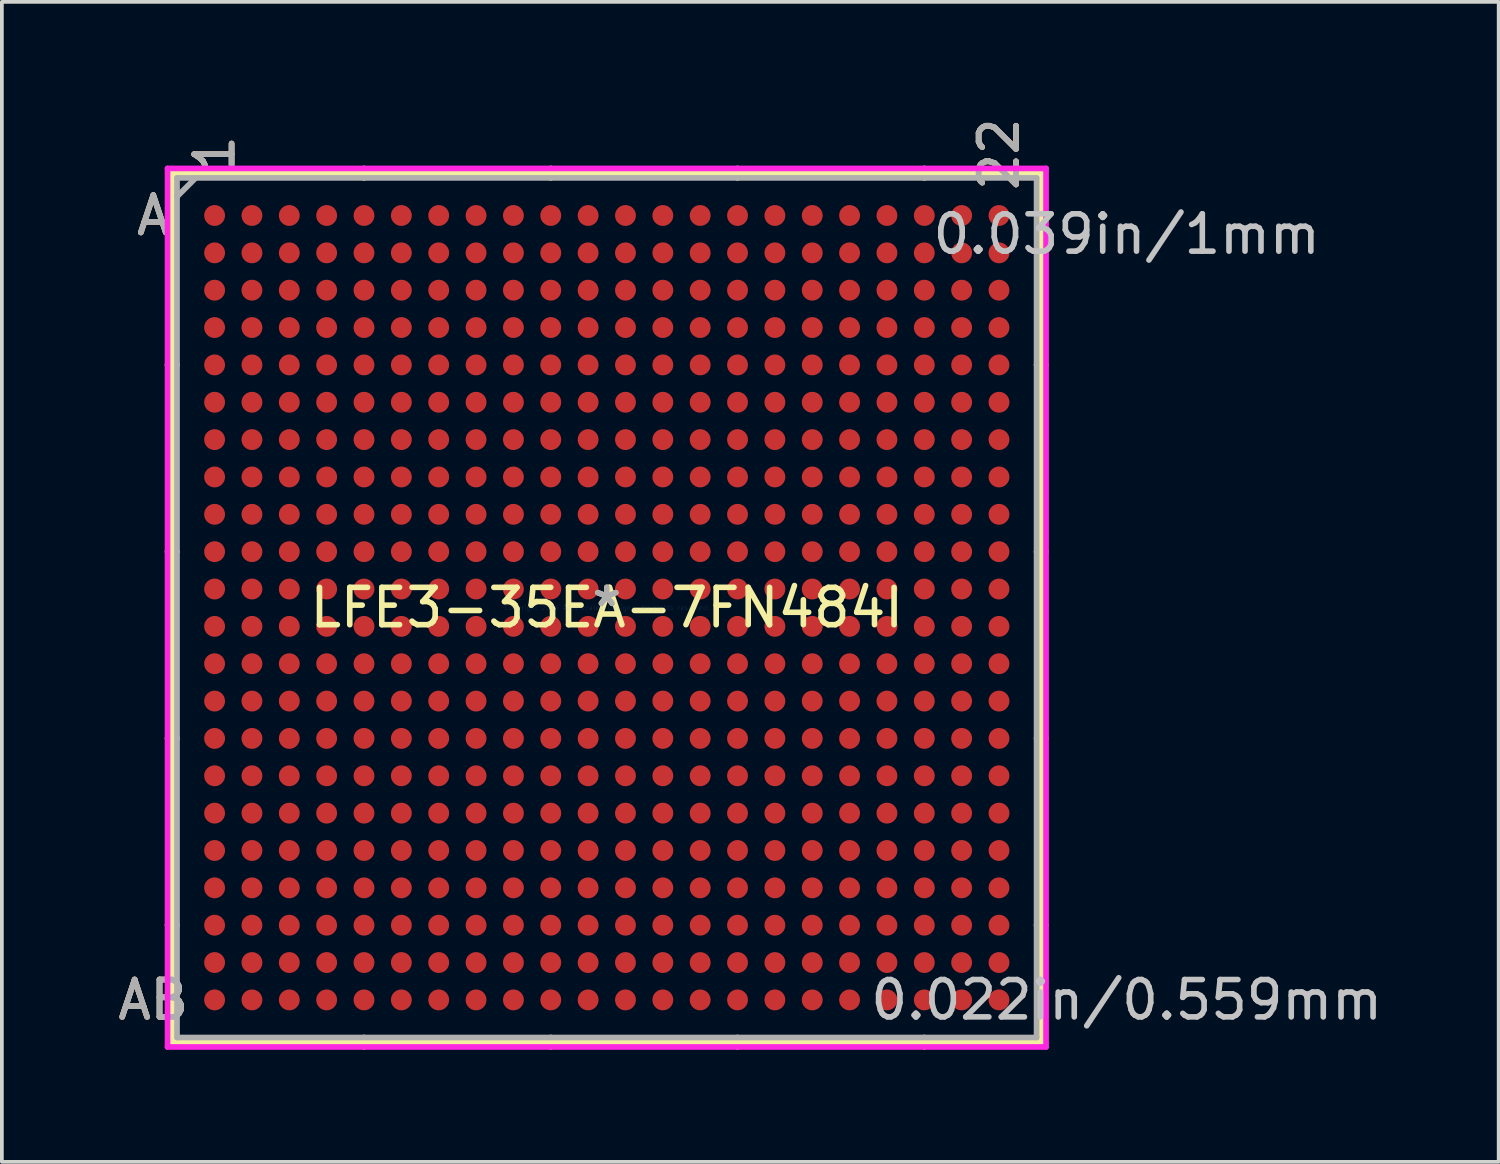
<source format=kicad_pcb>
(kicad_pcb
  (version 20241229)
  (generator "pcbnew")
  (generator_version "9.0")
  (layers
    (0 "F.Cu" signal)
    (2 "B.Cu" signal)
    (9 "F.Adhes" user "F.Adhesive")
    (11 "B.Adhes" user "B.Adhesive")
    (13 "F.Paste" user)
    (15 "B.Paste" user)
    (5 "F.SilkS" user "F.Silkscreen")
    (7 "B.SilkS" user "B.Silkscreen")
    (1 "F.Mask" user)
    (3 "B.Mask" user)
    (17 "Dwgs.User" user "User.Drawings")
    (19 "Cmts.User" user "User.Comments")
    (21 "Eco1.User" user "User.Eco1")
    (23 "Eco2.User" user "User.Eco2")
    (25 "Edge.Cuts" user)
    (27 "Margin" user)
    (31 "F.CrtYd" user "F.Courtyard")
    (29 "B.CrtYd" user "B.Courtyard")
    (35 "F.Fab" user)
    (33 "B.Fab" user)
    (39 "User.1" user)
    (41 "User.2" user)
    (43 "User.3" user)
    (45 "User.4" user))
  (footprint "LFE3-35EA-7FN484I"
    (layer "F.Cu")
    (at 13.195 13.219)
    (property "Reference" "LFE3-35EA-7FN484I" (at 0 0 0) (layer "F.SilkS") (effects (font (size 1 1) (thickness 0.15))))
    (attr through_hole)
    (fp_line (start -11.633 -11.633) (end -11.633 11.633) (stroke (width 0.152) (type solid)) (layer "F.SilkS"))
    (fp_line (start -11.633 11.633) (end 11.633 11.633) (stroke (width 0.152) (type solid)) (layer "F.SilkS"))
    (fp_line (start -11.506 -6.5) (end -11.76 -6.5) (stroke (width 0.152) (type solid)) (layer "F.SilkS"))
    (fp_line (start -11.506 -1.5) (end -11.76 -1.5) (stroke (width 0.152) (type solid)) (layer "F.SilkS"))
    (fp_line (start -11.506 3.5) (end -11.76 3.5) (stroke (width 0.152) (type solid)) (layer "F.SilkS"))
    (fp_line (start -11.506 8.5) (end -11.76 8.5) (stroke (width 0.152) (type solid)) (layer "F.SilkS"))
    (fp_line (start -6.5 -11.506) (end -6.5 -11.76) (stroke (width 0.152) (type solid)) (layer "F.SilkS"))
    (fp_line (start -6.5 11.506) (end -6.5 11.76) (stroke (width 0.152) (type solid)) (layer "F.SilkS"))
    (fp_line (start -1.5 -11.506) (end -1.5 -11.76) (stroke (width 0.152) (type solid)) (layer "F.SilkS"))
    (fp_line (start -1.5 11.506) (end -1.5 11.76) (stroke (width 0.152) (type solid)) (layer "F.SilkS"))
    (fp_line (start 3.5 -11.506) (end 3.5 -11.76) (stroke (width 0.152) (type solid)) (layer "F.SilkS"))
    (fp_line (start 3.5 11.506) (end 3.5 11.76) (stroke (width 0.152) (type solid)) (layer "F.SilkS"))
    (fp_line (start 8.5 -11.506) (end 8.5 -11.76) (stroke (width 0.152) (type solid)) (layer "F.SilkS"))
    (fp_line (start 8.5 11.506) (end 8.5 11.76) (stroke (width 0.152) (type solid)) (layer "F.SilkS"))
    (fp_line (start 11.506 -6.5) (end 11.76 -6.5) (stroke (width 0.152) (type solid)) (layer "F.SilkS"))
    (fp_line (start 11.506 -1.5) (end 11.76 -1.5) (stroke (width 0.152) (type solid)) (layer "F.SilkS"))
    (fp_line (start 11.506 3.5) (end 11.76 3.5) (stroke (width 0.152) (type solid)) (layer "F.SilkS"))
    (fp_line (start 11.506 8.5) (end 11.76 8.5) (stroke (width 0.152) (type solid)) (layer "F.SilkS"))
    (fp_line (start 11.633 -11.633) (end -11.633 -11.633) (stroke (width 0.152) (type solid)) (layer "F.SilkS"))
    (fp_line (start 11.633 11.633) (end 11.633 -11.633) (stroke (width 0.152) (type solid)) (layer "F.SilkS"))
    (fp_line (start -11.76 -11.76) (end 11.76 -11.76) (stroke (width 0.152) (type solid)) (layer "F.CrtYd"))
    (fp_line (start -11.76 11.76) (end -11.76 -11.76) (stroke (width 0.152) (type solid)) (layer "F.CrtYd"))
    (fp_line (start 11.76 -11.76) (end 11.76 11.76) (stroke (width 0.152) (type solid)) (layer "F.CrtYd"))
    (fp_line (start 11.76 11.76) (end -11.76 11.76) (stroke (width 0.152) (type solid)) (layer "F.CrtYd"))
    (fp_line (start -11.506 -11.506) (end -11.506 11.506) (stroke (width 0.152) (type solid)) (layer "F.Fab"))
    (fp_line (start -11.506 11.506) (end 11.506 11.506) (stroke (width 0.152) (type solid)) (layer "F.Fab"))
    (fp_line (start -11.006 -11.506) (end -11.506 -11.006) (stroke (width 0.152) (type solid)) (layer "F.Fab"))
    (fp_line (start 11.506 -11.506) (end -11.506 -11.506) (stroke (width 0.152) (type solid)) (layer "F.Fab"))
    (fp_line (start 11.506 11.506) (end 11.506 -11.506) (stroke (width 0.152) (type solid)) (layer "F.Fab"))
    (fp_text user "1" (at -10.5 -12.141 90) (layer "F.SilkS") (effects (font (size 1 1) (thickness 0.15))))
    (fp_text user "*" (at 0 0 0) (layer "F.SilkS") (effects (font (size 1 1) (thickness 0.15))))
    (fp_text user "22" (at 10.5 -12.141 90) (layer "F.SilkS") (effects (font (size 1 1) (thickness 0.15))))
    (fp_text user "A" (at -12.141 -10.5 0) (layer "F.SilkS") (effects (font (size 1 1) (thickness 0.15))))
    (fp_text user "AB" (at -12.141 10.5 0) (layer "F.SilkS") (effects (font (size 1 1) (thickness 0.15))))
    (fp_text user "A" (at -12.141 -10.5 0) (layer "B.SilkS") (effects (font (size 1 1) (thickness 0.15))))
    (fp_text user "22" (at 10.5 -12.141 90) (layer "B.SilkS") (effects (font (size 1 1) (thickness 0.15))))
    (fp_text user "AB" (at -12.141 10.5 0) (layer "B.SilkS") (effects (font (size 1 1) (thickness 0.15))))
    (fp_text user "1" (at -10.5 -12.141 90) (layer "B.SilkS") (effects (font (size 1 1) (thickness 0.15))))
    (fp_text user "0.039in/1mm" (at 13.919 -10 0) (layer "Dwgs.User") (effects (font (size 1 1) (thickness 0.15))))
    (fp_text user "0.022in/0.559mm" (at 13.919 10.5 0) (layer "Dwgs.User") (effects (font (size 1 1) (thickness 0.15))))
    (fp_text user "Copyright 2016 Accelerated Designs. All rights reserved." (at 0 0 0) (layer "Cmts.User") (effects (font (size 0.127 0.127) (thickness 0.002))))
    (fp_text user "*" (at 0 0 0) (layer "F.Fab") (effects (font (size 1 1) (thickness 0.15))))
    (fp_text user "1" (at -10.5 -12.141 90) (layer "F.Fab") (effects (font (size 1 1) (thickness 0.15))))
    (fp_text user "22" (at 10.5 -12.141 90) (layer "F.Fab") (effects (font (size 1 1) (thickness 0.15))))
    (fp_text user "A" (at -12.141 -10.5 0) (layer "F.Fab") (effects (font (size 1 1) (thickness 0.15))))
    (fp_text user "AB" (at -12.141 10.5 0) (layer "F.Fab") (effects (font (size 1 1) (thickness 0.15))))
    (pad "A1" smd circle (at -10.5 -10.5) (size 0.559 0.559) (layers "F.Cu" "F.Mask" "F.Paste"))
    (pad "A2" smd circle (at -9.5 -10.5) (size 0.559 0.559) (layers "F.Cu" "F.Mask" "F.Paste"))
    (pad "A3" smd circle (at -8.5 -10.5) (size 0.559 0.559) (layers "F.Cu" "F.Mask" "F.Paste"))
    (pad "A4" smd circle (at -7.5 -10.5) (size 0.559 0.559) (layers "F.Cu" "F.Mask" "F.Paste"))
    (pad "A5" smd circle (at -6.5 -10.5) (size 0.559 0.559) (layers "F.Cu" "F.Mask" "F.Paste"))
    (pad "A6" smd circle (at -5.5 -10.5) (size 0.559 0.559) (layers "F.Cu" "F.Mask" "F.Paste"))
    (pad "A7" smd circle (at -4.5 -10.5) (size 0.559 0.559) (layers "F.Cu" "F.Mask" "F.Paste"))
    (pad "A8" smd circle (at -3.5 -10.5) (size 0.559 0.559) (layers "F.Cu" "F.Mask" "F.Paste"))
    (pad "A9" smd circle (at -2.5 -10.5) (size 0.559 0.559) (layers "F.Cu" "F.Mask" "F.Paste"))
    (pad "A10" smd circle (at -1.5 -10.5) (size 0.559 0.559) (layers "F.Cu" "F.Mask" "F.Paste"))
    (pad "A11" smd circle (at -0.5 -10.5) (size 0.559 0.559) (layers "F.Cu" "F.Mask" "F.Paste"))
    (pad "A12" smd circle (at 0.5 -10.5) (size 0.559 0.559) (layers "F.Cu" "F.Mask" "F.Paste"))
    (pad "A13" smd circle (at 1.5 -10.5) (size 0.559 0.559) (layers "F.Cu" "F.Mask" "F.Paste"))
    (pad "A14" smd circle (at 2.5 -10.5) (size 0.559 0.559) (layers "F.Cu" "F.Mask" "F.Paste"))
    (pad "A15" smd circle (at 3.5 -10.5) (size 0.559 0.559) (layers "F.Cu" "F.Mask" "F.Paste"))
    (pad "A16" smd circle (at 4.5 -10.5) (size 0.559 0.559) (layers "F.Cu" "F.Mask" "F.Paste"))
    (pad "A17" smd circle (at 5.5 -10.5) (size 0.559 0.559) (layers "F.Cu" "F.Mask" "F.Paste"))
    (pad "A18" smd circle (at 6.5 -10.5) (size 0.559 0.559) (layers "F.Cu" "F.Mask" "F.Paste"))
    (pad "A19" smd circle (at 7.5 -10.5) (size 0.559 0.559) (layers "F.Cu" "F.Mask" "F.Paste"))
    (pad "A20" smd circle (at 8.5 -10.5) (size 0.559 0.559) (layers "F.Cu" "F.Mask" "F.Paste"))
    (pad "A21" smd circle (at 9.5 -10.5) (size 0.559 0.559) (layers "F.Cu" "F.Mask" "F.Paste"))
    (pad "A22" smd circle (at 10.5 -10.5) (size 0.559 0.559) (layers "F.Cu" "F.Mask" "F.Paste"))
    (pad "AA1" smd circle (at -10.5 9.5) (size 0.559 0.559) (layers "F.Cu" "F.Mask" "F.Paste"))
    (pad "AA2" smd circle (at -9.5 9.5) (size 0.559 0.559) (layers "F.Cu" "F.Mask" "F.Paste"))
    (pad "AA3" smd circle (at -8.5 9.5) (size 0.559 0.559) (layers "F.Cu" "F.Mask" "F.Paste"))
    (pad "AA4" smd circle (at -7.5 9.5) (size 0.559 0.559) (layers "F.Cu" "F.Mask" "F.Paste"))
    (pad "AA5" smd circle (at -6.5 9.5) (size 0.559 0.559) (layers "F.Cu" "F.Mask" "F.Paste"))
    (pad "AA6" smd circle (at -5.5 9.5) (size 0.559 0.559) (layers "F.Cu" "F.Mask" "F.Paste"))
    (pad "AA7" smd circle (at -4.5 9.5) (size 0.559 0.559) (layers "F.Cu" "F.Mask" "F.Paste"))
    (pad "AA8" smd circle (at -3.5 9.5) (size 0.559 0.559) (layers "F.Cu" "F.Mask" "F.Paste"))
    (pad "AA9" smd circle (at -2.5 9.5) (size 0.559 0.559) (layers "F.Cu" "F.Mask" "F.Paste"))
    (pad "AA10" smd circle (at -1.5 9.5) (size 0.559 0.559) (layers "F.Cu" "F.Mask" "F.Paste"))
    (pad "AA11" smd circle (at -0.5 9.5) (size 0.559 0.559) (layers "F.Cu" "F.Mask" "F.Paste"))
    (pad "AA12" smd circle (at 0.5 9.5) (size 0.559 0.559) (layers "F.Cu" "F.Mask" "F.Paste"))
    (pad "AA13" smd circle (at 1.5 9.5) (size 0.559 0.559) (layers "F.Cu" "F.Mask" "F.Paste"))
    (pad "AA14" smd circle (at 2.5 9.5) (size 0.559 0.559) (layers "F.Cu" "F.Mask" "F.Paste"))
    (pad "AA15" smd circle (at 3.5 9.5) (size 0.559 0.559) (layers "F.Cu" "F.Mask" "F.Paste"))
    (pad "AA16" smd circle (at 4.5 9.5) (size 0.559 0.559) (layers "F.Cu" "F.Mask" "F.Paste"))
    (pad "AA17" smd circle (at 5.5 9.5) (size 0.559 0.559) (layers "F.Cu" "F.Mask" "F.Paste"))
    (pad "AA18" smd circle (at 6.5 9.5) (size 0.559 0.559) (layers "F.Cu" "F.Mask" "F.Paste"))
    (pad "AA19" smd circle (at 7.5 9.5) (size 0.559 0.559) (layers "F.Cu" "F.Mask" "F.Paste"))
    (pad "AA20" smd circle (at 8.5 9.5) (size 0.559 0.559) (layers "F.Cu" "F.Mask" "F.Paste"))
    (pad "AA21" smd circle (at 9.5 9.5) (size 0.559 0.559) (layers "F.Cu" "F.Mask" "F.Paste"))
    (pad "AA22" smd circle (at 10.5 9.5) (size 0.559 0.559) (layers "F.Cu" "F.Mask" "F.Paste"))
    (pad "AB1" smd circle (at -10.5 10.5) (size 0.559 0.559) (layers "F.Cu" "F.Mask" "F.Paste"))
    (pad "AB2" smd circle (at -9.5 10.5) (size 0.559 0.559) (layers "F.Cu" "F.Mask" "F.Paste"))
    (pad "AB3" smd circle (at -8.5 10.5) (size 0.559 0.559) (layers "F.Cu" "F.Mask" "F.Paste"))
    (pad "AB4" smd circle (at -7.5 10.5) (size 0.559 0.559) (layers "F.Cu" "F.Mask" "F.Paste"))
    (pad "AB5" smd circle (at -6.5 10.5) (size 0.559 0.559) (layers "F.Cu" "F.Mask" "F.Paste"))
    (pad "AB6" smd circle (at -5.5 10.5) (size 0.559 0.559) (layers "F.Cu" "F.Mask" "F.Paste"))
    (pad "AB7" smd circle (at -4.5 10.5) (size 0.559 0.559) (layers "F.Cu" "F.Mask" "F.Paste"))
    (pad "AB8" smd circle (at -3.5 10.5) (size 0.559 0.559) (layers "F.Cu" "F.Mask" "F.Paste"))
    (pad "AB9" smd circle (at -2.5 10.5) (size 0.559 0.559) (layers "F.Cu" "F.Mask" "F.Paste"))
    (pad "AB10" smd circle (at -1.5 10.5) (size 0.559 0.559) (layers "F.Cu" "F.Mask" "F.Paste"))
    (pad "AB11" smd circle (at -0.5 10.5) (size 0.559 0.559) (layers "F.Cu" "F.Mask" "F.Paste"))
    (pad "AB12" smd circle (at 0.5 10.5) (size 0.559 0.559) (layers "F.Cu" "F.Mask" "F.Paste"))
    (pad "AB13" smd circle (at 1.5 10.5) (size 0.559 0.559) (layers "F.Cu" "F.Mask" "F.Paste"))
    (pad "AB14" smd circle (at 2.5 10.5) (size 0.559 0.559) (layers "F.Cu" "F.Mask" "F.Paste"))
    (pad "AB15" smd circle (at 3.5 10.5) (size 0.559 0.559) (layers "F.Cu" "F.Mask" "F.Paste"))
    (pad "AB16" smd circle (at 4.5 10.5) (size 0.559 0.559) (layers "F.Cu" "F.Mask" "F.Paste"))
    (pad "AB17" smd circle (at 5.5 10.5) (size 0.559 0.559) (layers "F.Cu" "F.Mask" "F.Paste"))
    (pad "AB18" smd circle (at 6.5 10.5) (size 0.559 0.559) (layers "F.Cu" "F.Mask" "F.Paste"))
    (pad "AB19" smd circle (at 7.5 10.5) (size 0.559 0.559) (layers "F.Cu" "F.Mask" "F.Paste"))
    (pad "AB20" smd circle (at 8.5 10.5) (size 0.559 0.559) (layers "F.Cu" "F.Mask" "F.Paste"))
    (pad "AB21" smd circle (at 9.5 10.5) (size 0.559 0.559) (layers "F.Cu" "F.Mask" "F.Paste"))
    (pad "AB22" smd circle (at 10.5 10.5) (size 0.559 0.559) (layers "F.Cu" "F.Mask" "F.Paste"))
    (pad "B1" smd circle (at -10.5 -9.5) (size 0.559 0.559) (layers "F.Cu" "F.Mask" "F.Paste"))
    (pad "B2" smd circle (at -9.5 -9.5) (size 0.559 0.559) (layers "F.Cu" "F.Mask" "F.Paste"))
    (pad "B3" smd circle (at -8.5 -9.5) (size 0.559 0.559) (layers "F.Cu" "F.Mask" "F.Paste"))
    (pad "B4" smd circle (at -7.5 -9.5) (size 0.559 0.559) (layers "F.Cu" "F.Mask" "F.Paste"))
    (pad "B5" smd circle (at -6.5 -9.5) (size 0.559 0.559) (layers "F.Cu" "F.Mask" "F.Paste"))
    (pad "B6" smd circle (at -5.5 -9.5) (size 0.559 0.559) (layers "F.Cu" "F.Mask" "F.Paste"))
    (pad "B7" smd circle (at -4.5 -9.5) (size 0.559 0.559) (layers "F.Cu" "F.Mask" "F.Paste"))
    (pad "B8" smd circle (at -3.5 -9.5) (size 0.559 0.559) (layers "F.Cu" "F.Mask" "F.Paste"))
    (pad "B9" smd circle (at -2.5 -9.5) (size 0.559 0.559) (layers "F.Cu" "F.Mask" "F.Paste"))
    (pad "B10" smd circle (at -1.5 -9.5) (size 0.559 0.559) (layers "F.Cu" "F.Mask" "F.Paste"))
    (pad "B11" smd circle (at -0.5 -9.5) (size 0.559 0.559) (layers "F.Cu" "F.Mask" "F.Paste"))
    (pad "B12" smd circle (at 0.5 -9.5) (size 0.559 0.559) (layers "F.Cu" "F.Mask" "F.Paste"))
    (pad "B13" smd circle (at 1.5 -9.5) (size 0.559 0.559) (layers "F.Cu" "F.Mask" "F.Paste"))
    (pad "B14" smd circle (at 2.5 -9.5) (size 0.559 0.559) (layers "F.Cu" "F.Mask" "F.Paste"))
    (pad "B15" smd circle (at 3.5 -9.5) (size 0.559 0.559) (layers "F.Cu" "F.Mask" "F.Paste"))
    (pad "B16" smd circle (at 4.5 -9.5) (size 0.559 0.559) (layers "F.Cu" "F.Mask" "F.Paste"))
    (pad "B17" smd circle (at 5.5 -9.5) (size 0.559 0.559) (layers "F.Cu" "F.Mask" "F.Paste"))
    (pad "B18" smd circle (at 6.5 -9.5) (size 0.559 0.559) (layers "F.Cu" "F.Mask" "F.Paste"))
    (pad "B19" smd circle (at 7.5 -9.5) (size 0.559 0.559) (layers "F.Cu" "F.Mask" "F.Paste"))
    (pad "B20" smd circle (at 8.5 -9.5) (size 0.559 0.559) (layers "F.Cu" "F.Mask" "F.Paste"))
    (pad "B21" smd circle (at 9.5 -9.5) (size 0.559 0.559) (layers "F.Cu" "F.Mask" "F.Paste"))
    (pad "B22" smd circle (at 10.5 -9.5) (size 0.559 0.559) (layers "F.Cu" "F.Mask" "F.Paste"))
    (pad "C1" smd circle (at -10.5 -8.5) (size 0.559 0.559) (layers "F.Cu" "F.Mask" "F.Paste"))
    (pad "C2" smd circle (at -9.5 -8.5) (size 0.559 0.559) (layers "F.Cu" "F.Mask" "F.Paste"))
    (pad "C3" smd circle (at -8.5 -8.5) (size 0.559 0.559) (layers "F.Cu" "F.Mask" "F.Paste"))
    (pad "C4" smd circle (at -7.5 -8.5) (size 0.559 0.559) (layers "F.Cu" "F.Mask" "F.Paste"))
    (pad "C5" smd circle (at -6.5 -8.5) (size 0.559 0.559) (layers "F.Cu" "F.Mask" "F.Paste"))
    (pad "C6" smd circle (at -5.5 -8.5) (size 0.559 0.559) (layers "F.Cu" "F.Mask" "F.Paste"))
    (pad "C7" smd circle (at -4.5 -8.5) (size 0.559 0.559) (layers "F.Cu" "F.Mask" "F.Paste"))
    (pad "C8" smd circle (at -3.5 -8.5) (size 0.559 0.559) (layers "F.Cu" "F.Mask" "F.Paste"))
    (pad "C9" smd circle (at -2.5 -8.5) (size 0.559 0.559) (layers "F.Cu" "F.Mask" "F.Paste"))
    (pad "C10" smd circle (at -1.5 -8.5) (size 0.559 0.559) (layers "F.Cu" "F.Mask" "F.Paste"))
    (pad "C11" smd circle (at -0.5 -8.5) (size 0.559 0.559) (layers "F.Cu" "F.Mask" "F.Paste"))
    (pad "C12" smd circle (at 0.5 -8.5) (size 0.559 0.559) (layers "F.Cu" "F.Mask" "F.Paste"))
    (pad "C13" smd circle (at 1.5 -8.5) (size 0.559 0.559) (layers "F.Cu" "F.Mask" "F.Paste"))
    (pad "C14" smd circle (at 2.5 -8.5) (size 0.559 0.559) (layers "F.Cu" "F.Mask" "F.Paste"))
    (pad "C15" smd circle (at 3.5 -8.5) (size 0.559 0.559) (layers "F.Cu" "F.Mask" "F.Paste"))
    (pad "C16" smd circle (at 4.5 -8.5) (size 0.559 0.559) (layers "F.Cu" "F.Mask" "F.Paste"))
    (pad "C17" smd circle (at 5.5 -8.5) (size 0.559 0.559) (layers "F.Cu" "F.Mask" "F.Paste"))
    (pad "C18" smd circle (at 6.5 -8.5) (size 0.559 0.559) (layers "F.Cu" "F.Mask" "F.Paste"))
    (pad "C19" smd circle (at 7.5 -8.5) (size 0.559 0.559) (layers "F.Cu" "F.Mask" "F.Paste"))
    (pad "C20" smd circle (at 8.5 -8.5) (size 0.559 0.559) (layers "F.Cu" "F.Mask" "F.Paste"))
    (pad "C21" smd circle (at 9.5 -8.5) (size 0.559 0.559) (layers "F.Cu" "F.Mask" "F.Paste"))
    (pad "C22" smd circle (at 10.5 -8.5) (size 0.559 0.559) (layers "F.Cu" "F.Mask" "F.Paste"))
    (pad "D1" smd circle (at -10.5 -7.5) (size 0.559 0.559) (layers "F.Cu" "F.Mask" "F.Paste"))
    (pad "D2" smd circle (at -9.5 -7.5) (size 0.559 0.559) (layers "F.Cu" "F.Mask" "F.Paste"))
    (pad "D3" smd circle (at -8.5 -7.5) (size 0.559 0.559) (layers "F.Cu" "F.Mask" "F.Paste"))
    (pad "D4" smd circle (at -7.5 -7.5) (size 0.559 0.559) (layers "F.Cu" "F.Mask" "F.Paste"))
    (pad "D5" smd circle (at -6.5 -7.5) (size 0.559 0.559) (layers "F.Cu" "F.Mask" "F.Paste"))
    (pad "D6" smd circle (at -5.5 -7.5) (size 0.559 0.559) (layers "F.Cu" "F.Mask" "F.Paste"))
    (pad "D7" smd circle (at -4.5 -7.5) (size 0.559 0.559) (layers "F.Cu" "F.Mask" "F.Paste"))
    (pad "D8" smd circle (at -3.5 -7.5) (size 0.559 0.559) (layers "F.Cu" "F.Mask" "F.Paste"))
    (pad "D9" smd circle (at -2.5 -7.5) (size 0.559 0.559) (layers "F.Cu" "F.Mask" "F.Paste"))
    (pad "D10" smd circle (at -1.5 -7.5) (size 0.559 0.559) (layers "F.Cu" "F.Mask" "F.Paste"))
    (pad "D11" smd circle (at -0.5 -7.5) (size 0.559 0.559) (layers "F.Cu" "F.Mask" "F.Paste"))
    (pad "D12" smd circle (at 0.5 -7.5) (size 0.559 0.559) (layers "F.Cu" "F.Mask" "F.Paste"))
    (pad "D13" smd circle (at 1.5 -7.5) (size 0.559 0.559) (layers "F.Cu" "F.Mask" "F.Paste"))
    (pad "D14" smd circle (at 2.5 -7.5) (size 0.559 0.559) (layers "F.Cu" "F.Mask" "F.Paste"))
    (pad "D15" smd circle (at 3.5 -7.5) (size 0.559 0.559) (layers "F.Cu" "F.Mask" "F.Paste"))
    (pad "D16" smd circle (at 4.5 -7.5) (size 0.559 0.559) (layers "F.Cu" "F.Mask" "F.Paste"))
    (pad "D17" smd circle (at 5.5 -7.5) (size 0.559 0.559) (layers "F.Cu" "F.Mask" "F.Paste"))
    (pad "D18" smd circle (at 6.5 -7.5) (size 0.559 0.559) (layers "F.Cu" "F.Mask" "F.Paste"))
    (pad "D19" smd circle (at 7.5 -7.5) (size 0.559 0.559) (layers "F.Cu" "F.Mask" "F.Paste"))
    (pad "D20" smd circle (at 8.5 -7.5) (size 0.559 0.559) (layers "F.Cu" "F.Mask" "F.Paste"))
    (pad "D21" smd circle (at 9.5 -7.5) (size 0.559 0.559) (layers "F.Cu" "F.Mask" "F.Paste"))
    (pad "D22" smd circle (at 10.5 -7.5) (size 0.559 0.559) (layers "F.Cu" "F.Mask" "F.Paste"))
    (pad "E1" smd circle (at -10.5 -6.5) (size 0.559 0.559) (layers "F.Cu" "F.Mask" "F.Paste"))
    (pad "E2" smd circle (at -9.5 -6.5) (size 0.559 0.559) (layers "F.Cu" "F.Mask" "F.Paste"))
    (pad "E3" smd circle (at -8.5 -6.5) (size 0.559 0.559) (layers "F.Cu" "F.Mask" "F.Paste"))
    (pad "E4" smd circle (at -7.5 -6.5) (size 0.559 0.559) (layers "F.Cu" "F.Mask" "F.Paste"))
    (pad "E5" smd circle (at -6.5 -6.5) (size 0.559 0.559) (layers "F.Cu" "F.Mask" "F.Paste"))
    (pad "E6" smd circle (at -5.5 -6.5) (size 0.559 0.559) (layers "F.Cu" "F.Mask" "F.Paste"))
    (pad "E7" smd circle (at -4.5 -6.5) (size 0.559 0.559) (layers "F.Cu" "F.Mask" "F.Paste"))
    (pad "E8" smd circle (at -3.5 -6.5) (size 0.559 0.559) (layers "F.Cu" "F.Mask" "F.Paste"))
    (pad "E9" smd circle (at -2.5 -6.5) (size 0.559 0.559) (layers "F.Cu" "F.Mask" "F.Paste"))
    (pad "E10" smd circle (at -1.5 -6.5) (size 0.559 0.559) (layers "F.Cu" "F.Mask" "F.Paste"))
    (pad "E11" smd circle (at -0.5 -6.5) (size 0.559 0.559) (layers "F.Cu" "F.Mask" "F.Paste"))
    (pad "E12" smd circle (at 0.5 -6.5) (size 0.559 0.559) (layers "F.Cu" "F.Mask" "F.Paste"))
    (pad "E13" smd circle (at 1.5 -6.5) (size 0.559 0.559) (layers "F.Cu" "F.Mask" "F.Paste"))
    (pad "E14" smd circle (at 2.5 -6.5) (size 0.559 0.559) (layers "F.Cu" "F.Mask" "F.Paste"))
    (pad "E15" smd circle (at 3.5 -6.5) (size 0.559 0.559) (layers "F.Cu" "F.Mask" "F.Paste"))
    (pad "E16" smd circle (at 4.5 -6.5) (size 0.559 0.559) (layers "F.Cu" "F.Mask" "F.Paste"))
    (pad "E17" smd circle (at 5.5 -6.5) (size 0.559 0.559) (layers "F.Cu" "F.Mask" "F.Paste"))
    (pad "E18" smd circle (at 6.5 -6.5) (size 0.559 0.559) (layers "F.Cu" "F.Mask" "F.Paste"))
    (pad "E19" smd circle (at 7.5 -6.5) (size 0.559 0.559) (layers "F.Cu" "F.Mask" "F.Paste"))
    (pad "E20" smd circle (at 8.5 -6.5) (size 0.559 0.559) (layers "F.Cu" "F.Mask" "F.Paste"))
    (pad "E21" smd circle (at 9.5 -6.5) (size 0.559 0.559) (layers "F.Cu" "F.Mask" "F.Paste"))
    (pad "E22" smd circle (at 10.5 -6.5) (size 0.559 0.559) (layers "F.Cu" "F.Mask" "F.Paste"))
    (pad "F1" smd circle (at -10.5 -5.5) (size 0.559 0.559) (layers "F.Cu" "F.Mask" "F.Paste"))
    (pad "F2" smd circle (at -9.5 -5.5) (size 0.559 0.559) (layers "F.Cu" "F.Mask" "F.Paste"))
    (pad "F3" smd circle (at -8.5 -5.5) (size 0.559 0.559) (layers "F.Cu" "F.Mask" "F.Paste"))
    (pad "F4" smd circle (at -7.5 -5.5) (size 0.559 0.559) (layers "F.Cu" "F.Mask" "F.Paste"))
    (pad "F5" smd circle (at -6.5 -5.5) (size 0.559 0.559) (layers "F.Cu" "F.Mask" "F.Paste"))
    (pad "F6" smd circle (at -5.5 -5.5) (size 0.559 0.559) (layers "F.Cu" "F.Mask" "F.Paste"))
    (pad "F7" smd circle (at -4.5 -5.5) (size 0.559 0.559) (layers "F.Cu" "F.Mask" "F.Paste"))
    (pad "F8" smd circle (at -3.5 -5.5) (size 0.559 0.559) (layers "F.Cu" "F.Mask" "F.Paste"))
    (pad "F9" smd circle (at -2.5 -5.5) (size 0.559 0.559) (layers "F.Cu" "F.Mask" "F.Paste"))
    (pad "F10" smd circle (at -1.5 -5.5) (size 0.559 0.559) (layers "F.Cu" "F.Mask" "F.Paste"))
    (pad "F11" smd circle (at -0.5 -5.5) (size 0.559 0.559) (layers "F.Cu" "F.Mask" "F.Paste"))
    (pad "F12" smd circle (at 0.5 -5.5) (size 0.559 0.559) (layers "F.Cu" "F.Mask" "F.Paste"))
    (pad "F13" smd circle (at 1.5 -5.5) (size 0.559 0.559) (layers "F.Cu" "F.Mask" "F.Paste"))
    (pad "F14" smd circle (at 2.5 -5.5) (size 0.559 0.559) (layers "F.Cu" "F.Mask" "F.Paste"))
    (pad "F15" smd circle (at 3.5 -5.5) (size 0.559 0.559) (layers "F.Cu" "F.Mask" "F.Paste"))
    (pad "F16" smd circle (at 4.5 -5.5) (size 0.559 0.559) (layers "F.Cu" "F.Mask" "F.Paste"))
    (pad "F17" smd circle (at 5.5 -5.5) (size 0.559 0.559) (layers "F.Cu" "F.Mask" "F.Paste"))
    (pad "F18" smd circle (at 6.5 -5.5) (size 0.559 0.559) (layers "F.Cu" "F.Mask" "F.Paste"))
    (pad "F19" smd circle (at 7.5 -5.5) (size 0.559 0.559) (layers "F.Cu" "F.Mask" "F.Paste"))
    (pad "F20" smd circle (at 8.5 -5.5) (size 0.559 0.559) (layers "F.Cu" "F.Mask" "F.Paste"))
    (pad "F21" smd circle (at 9.5 -5.5) (size 0.559 0.559) (layers "F.Cu" "F.Mask" "F.Paste"))
    (pad "F22" smd circle (at 10.5 -5.5) (size 0.559 0.559) (layers "F.Cu" "F.Mask" "F.Paste"))
    (pad "G1" smd circle (at -10.5 -4.5) (size 0.559 0.559) (layers "F.Cu" "F.Mask" "F.Paste"))
    (pad "G2" smd circle (at -9.5 -4.5) (size 0.559 0.559) (layers "F.Cu" "F.Mask" "F.Paste"))
    (pad "G3" smd circle (at -8.5 -4.5) (size 0.559 0.559) (layers "F.Cu" "F.Mask" "F.Paste"))
    (pad "G4" smd circle (at -7.5 -4.5) (size 0.559 0.559) (layers "F.Cu" "F.Mask" "F.Paste"))
    (pad "G5" smd circle (at -6.5 -4.5) (size 0.559 0.559) (layers "F.Cu" "F.Mask" "F.Paste"))
    (pad "G6" smd circle (at -5.5 -4.5) (size 0.559 0.559) (layers "F.Cu" "F.Mask" "F.Paste"))
    (pad "G7" smd circle (at -4.5 -4.5) (size 0.559 0.559) (layers "F.Cu" "F.Mask" "F.Paste"))
    (pad "G8" smd circle (at -3.5 -4.5) (size 0.559 0.559) (layers "F.Cu" "F.Mask" "F.Paste"))
    (pad "G9" smd circle (at -2.5 -4.5) (size 0.559 0.559) (layers "F.Cu" "F.Mask" "F.Paste"))
    (pad "G10" smd circle (at -1.5 -4.5) (size 0.559 0.559) (layers "F.Cu" "F.Mask" "F.Paste"))
    (pad "G11" smd circle (at -0.5 -4.5) (size 0.559 0.559) (layers "F.Cu" "F.Mask" "F.Paste"))
    (pad "G12" smd circle (at 0.5 -4.5) (size 0.559 0.559) (layers "F.Cu" "F.Mask" "F.Paste"))
    (pad "G13" smd circle (at 1.5 -4.5) (size 0.559 0.559) (layers "F.Cu" "F.Mask" "F.Paste"))
    (pad "G14" smd circle (at 2.5 -4.5) (size 0.559 0.559) (layers "F.Cu" "F.Mask" "F.Paste"))
    (pad "G15" smd circle (at 3.5 -4.5) (size 0.559 0.559) (layers "F.Cu" "F.Mask" "F.Paste"))
    (pad "G16" smd circle (at 4.5 -4.5) (size 0.559 0.559) (layers "F.Cu" "F.Mask" "F.Paste"))
    (pad "G17" smd circle (at 5.5 -4.5) (size 0.559 0.559) (layers "F.Cu" "F.Mask" "F.Paste"))
    (pad "G18" smd circle (at 6.5 -4.5) (size 0.559 0.559) (layers "F.Cu" "F.Mask" "F.Paste"))
    (pad "G19" smd circle (at 7.5 -4.5) (size 0.559 0.559) (layers "F.Cu" "F.Mask" "F.Paste"))
    (pad "G20" smd circle (at 8.5 -4.5) (size 0.559 0.559) (layers "F.Cu" "F.Mask" "F.Paste"))
    (pad "G21" smd circle (at 9.5 -4.5) (size 0.559 0.559) (layers "F.Cu" "F.Mask" "F.Paste"))
    (pad "G22" smd circle (at 10.5 -4.5) (size 0.559 0.559) (layers "F.Cu" "F.Mask" "F.Paste"))
    (pad "H1" smd circle (at -10.5 -3.5) (size 0.559 0.559) (layers "F.Cu" "F.Mask" "F.Paste"))
    (pad "H2" smd circle (at -9.5 -3.5) (size 0.559 0.559) (layers "F.Cu" "F.Mask" "F.Paste"))
    (pad "H3" smd circle (at -8.5 -3.5) (size 0.559 0.559) (layers "F.Cu" "F.Mask" "F.Paste"))
    (pad "H4" smd circle (at -7.5 -3.5) (size 0.559 0.559) (layers "F.Cu" "F.Mask" "F.Paste"))
    (pad "H5" smd circle (at -6.5 -3.5) (size 0.559 0.559) (layers "F.Cu" "F.Mask" "F.Paste"))
    (pad "H6" smd circle (at -5.5 -3.5) (size 0.559 0.559) (layers "F.Cu" "F.Mask" "F.Paste"))
    (pad "H7" smd circle (at -4.5 -3.5) (size 0.559 0.559) (layers "F.Cu" "F.Mask" "F.Paste"))
    (pad "H8" smd circle (at -3.5 -3.5) (size 0.559 0.559) (layers "F.Cu" "F.Mask" "F.Paste"))
    (pad "H9" smd circle (at -2.5 -3.5) (size 0.559 0.559) (layers "F.Cu" "F.Mask" "F.Paste"))
    (pad "H10" smd circle (at -1.5 -3.5) (size 0.559 0.559) (layers "F.Cu" "F.Mask" "F.Paste"))
    (pad "H11" smd circle (at -0.5 -3.5) (size 0.559 0.559) (layers "F.Cu" "F.Mask" "F.Paste"))
    (pad "H12" smd circle (at 0.5 -3.5) (size 0.559 0.559) (layers "F.Cu" "F.Mask" "F.Paste"))
    (pad "H13" smd circle (at 1.5 -3.5) (size 0.559 0.559) (layers "F.Cu" "F.Mask" "F.Paste"))
    (pad "H14" smd circle (at 2.5 -3.5) (size 0.559 0.559) (layers "F.Cu" "F.Mask" "F.Paste"))
    (pad "H15" smd circle (at 3.5 -3.5) (size 0.559 0.559) (layers "F.Cu" "F.Mask" "F.Paste"))
    (pad "H16" smd circle (at 4.5 -3.5) (size 0.559 0.559) (layers "F.Cu" "F.Mask" "F.Paste"))
    (pad "H17" smd circle (at 5.5 -3.5) (size 0.559 0.559) (layers "F.Cu" "F.Mask" "F.Paste"))
    (pad "H18" smd circle (at 6.5 -3.5) (size 0.559 0.559) (layers "F.Cu" "F.Mask" "F.Paste"))
    (pad "H19" smd circle (at 7.5 -3.5) (size 0.559 0.559) (layers "F.Cu" "F.Mask" "F.Paste"))
    (pad "H20" smd circle (at 8.5 -3.5) (size 0.559 0.559) (layers "F.Cu" "F.Mask" "F.Paste"))
    (pad "H21" smd circle (at 9.5 -3.5) (size 0.559 0.559) (layers "F.Cu" "F.Mask" "F.Paste"))
    (pad "H22" smd circle (at 10.5 -3.5) (size 0.559 0.559) (layers "F.Cu" "F.Mask" "F.Paste"))
    (pad "J1" smd circle (at -10.5 -2.5) (size 0.559 0.559) (layers "F.Cu" "F.Mask" "F.Paste"))
    (pad "J2" smd circle (at -9.5 -2.5) (size 0.559 0.559) (layers "F.Cu" "F.Mask" "F.Paste"))
    (pad "J3" smd circle (at -8.5 -2.5) (size 0.559 0.559) (layers "F.Cu" "F.Mask" "F.Paste"))
    (pad "J4" smd circle (at -7.5 -2.5) (size 0.559 0.559) (layers "F.Cu" "F.Mask" "F.Paste"))
    (pad "J5" smd circle (at -6.5 -2.5) (size 0.559 0.559) (layers "F.Cu" "F.Mask" "F.Paste"))
    (pad "J6" smd circle (at -5.5 -2.5) (size 0.559 0.559) (layers "F.Cu" "F.Mask" "F.Paste"))
    (pad "J7" smd circle (at -4.5 -2.5) (size 0.559 0.559) (layers "F.Cu" "F.Mask" "F.Paste"))
    (pad "J8" smd circle (at -3.5 -2.5) (size 0.559 0.559) (layers "F.Cu" "F.Mask" "F.Paste"))
    (pad "J9" smd circle (at -2.5 -2.5) (size 0.559 0.559) (layers "F.Cu" "F.Mask" "F.Paste"))
    (pad "J10" smd circle (at -1.5 -2.5) (size 0.559 0.559) (layers "F.Cu" "F.Mask" "F.Paste"))
    (pad "J11" smd circle (at -0.5 -2.5) (size 0.559 0.559) (layers "F.Cu" "F.Mask" "F.Paste"))
    (pad "J12" smd circle (at 0.5 -2.5) (size 0.559 0.559) (layers "F.Cu" "F.Mask" "F.Paste"))
    (pad "J13" smd circle (at 1.5 -2.5) (size 0.559 0.559) (layers "F.Cu" "F.Mask" "F.Paste"))
    (pad "J14" smd circle (at 2.5 -2.5) (size 0.559 0.559) (layers "F.Cu" "F.Mask" "F.Paste"))
    (pad "J15" smd circle (at 3.5 -2.5) (size 0.559 0.559) (layers "F.Cu" "F.Mask" "F.Paste"))
    (pad "J16" smd circle (at 4.5 -2.5) (size 0.559 0.559) (layers "F.Cu" "F.Mask" "F.Paste"))
    (pad "J17" smd circle (at 5.5 -2.5) (size 0.559 0.559) (layers "F.Cu" "F.Mask" "F.Paste"))
    (pad "J18" smd circle (at 6.5 -2.5) (size 0.559 0.559) (layers "F.Cu" "F.Mask" "F.Paste"))
    (pad "J19" smd circle (at 7.5 -2.5) (size 0.559 0.559) (layers "F.Cu" "F.Mask" "F.Paste"))
    (pad "J20" smd circle (at 8.5 -2.5) (size 0.559 0.559) (layers "F.Cu" "F.Mask" "F.Paste"))
    (pad "J21" smd circle (at 9.5 -2.5) (size 0.559 0.559) (layers "F.Cu" "F.Mask" "F.Paste"))
    (pad "J22" smd circle (at 10.5 -2.5) (size 0.559 0.559) (layers "F.Cu" "F.Mask" "F.Paste"))
    (pad "K1" smd circle (at -10.5 -1.5) (size 0.559 0.559) (layers "F.Cu" "F.Mask" "F.Paste"))
    (pad "K2" smd circle (at -9.5 -1.5) (size 0.559 0.559) (layers "F.Cu" "F.Mask" "F.Paste"))
    (pad "K3" smd circle (at -8.5 -1.5) (size 0.559 0.559) (layers "F.Cu" "F.Mask" "F.Paste"))
    (pad "K4" smd circle (at -7.5 -1.5) (size 0.559 0.559) (layers "F.Cu" "F.Mask" "F.Paste"))
    (pad "K5" smd circle (at -6.5 -1.5) (size 0.559 0.559) (layers "F.Cu" "F.Mask" "F.Paste"))
    (pad "K6" smd circle (at -5.5 -1.5) (size 0.559 0.559) (layers "F.Cu" "F.Mask" "F.Paste"))
    (pad "K7" smd circle (at -4.5 -1.5) (size 0.559 0.559) (layers "F.Cu" "F.Mask" "F.Paste"))
    (pad "K8" smd circle (at -3.5 -1.5) (size 0.559 0.559) (layers "F.Cu" "F.Mask" "F.Paste"))
    (pad "K9" smd circle (at -2.5 -1.5) (size 0.559 0.559) (layers "F.Cu" "F.Mask" "F.Paste"))
    (pad "K10" smd circle (at -1.5 -1.5) (size 0.559 0.559) (layers "F.Cu" "F.Mask" "F.Paste"))
    (pad "K11" smd circle (at -0.5 -1.5) (size 0.559 0.559) (layers "F.Cu" "F.Mask" "F.Paste"))
    (pad "K12" smd circle (at 0.5 -1.5) (size 0.559 0.559) (layers "F.Cu" "F.Mask" "F.Paste"))
    (pad "K13" smd circle (at 1.5 -1.5) (size 0.559 0.559) (layers "F.Cu" "F.Mask" "F.Paste"))
    (pad "K14" smd circle (at 2.5 -1.5) (size 0.559 0.559) (layers "F.Cu" "F.Mask" "F.Paste"))
    (pad "K15" smd circle (at 3.5 -1.5) (size 0.559 0.559) (layers "F.Cu" "F.Mask" "F.Paste"))
    (pad "K16" smd circle (at 4.5 -1.5) (size 0.559 0.559) (layers "F.Cu" "F.Mask" "F.Paste"))
    (pad "K17" smd circle (at 5.5 -1.5) (size 0.559 0.559) (layers "F.Cu" "F.Mask" "F.Paste"))
    (pad "K18" smd circle (at 6.5 -1.5) (size 0.559 0.559) (layers "F.Cu" "F.Mask" "F.Paste"))
    (pad "K19" smd circle (at 7.5 -1.5) (size 0.559 0.559) (layers "F.Cu" "F.Mask" "F.Paste"))
    (pad "K20" smd circle (at 8.5 -1.5) (size 0.559 0.559) (layers "F.Cu" "F.Mask" "F.Paste"))
    (pad "K21" smd circle (at 9.5 -1.5) (size 0.559 0.559) (layers "F.Cu" "F.Mask" "F.Paste"))
    (pad "K22" smd circle (at 10.5 -1.5) (size 0.559 0.559) (layers "F.Cu" "F.Mask" "F.Paste"))
    (pad "L1" smd circle (at -10.5 -0.5) (size 0.559 0.559) (layers "F.Cu" "F.Mask" "F.Paste"))
    (pad "L2" smd circle (at -9.5 -0.5) (size 0.559 0.559) (layers "F.Cu" "F.Mask" "F.Paste"))
    (pad "L3" smd circle (at -8.5 -0.5) (size 0.559 0.559) (layers "F.Cu" "F.Mask" "F.Paste"))
    (pad "L4" smd circle (at -7.5 -0.5) (size 0.559 0.559) (layers "F.Cu" "F.Mask" "F.Paste"))
    (pad "L5" smd circle (at -6.5 -0.5) (size 0.559 0.559) (layers "F.Cu" "F.Mask" "F.Paste"))
    (pad "L6" smd circle (at -5.5 -0.5) (size 0.559 0.559) (layers "F.Cu" "F.Mask" "F.Paste"))
    (pad "L7" smd circle (at -4.5 -0.5) (size 0.559 0.559) (layers "F.Cu" "F.Mask" "F.Paste"))
    (pad "L8" smd circle (at -3.5 -0.5) (size 0.559 0.559) (layers "F.Cu" "F.Mask" "F.Paste"))
    (pad "L9" smd circle (at -2.5 -0.5) (size 0.559 0.559) (layers "F.Cu" "F.Mask" "F.Paste"))
    (pad "L10" smd circle (at -1.5 -0.5) (size 0.559 0.559) (layers "F.Cu" "F.Mask" "F.Paste"))
    (pad "L11" smd circle (at -0.5 -0.5) (size 0.559 0.559) (layers "F.Cu" "F.Mask" "F.Paste"))
    (pad "L12" smd circle (at 0.5 -0.5) (size 0.559 0.559) (layers "F.Cu" "F.Mask" "F.Paste"))
    (pad "L13" smd circle (at 1.5 -0.5) (size 0.559 0.559) (layers "F.Cu" "F.Mask" "F.Paste"))
    (pad "L14" smd circle (at 2.5 -0.5) (size 0.559 0.559) (layers "F.Cu" "F.Mask" "F.Paste"))
    (pad "L15" smd circle (at 3.5 -0.5) (size 0.559 0.559) (layers "F.Cu" "F.Mask" "F.Paste"))
    (pad "L16" smd circle (at 4.5 -0.5) (size 0.559 0.559) (layers "F.Cu" "F.Mask" "F.Paste"))
    (pad "L17" smd circle (at 5.5 -0.5) (size 0.559 0.559) (layers "F.Cu" "F.Mask" "F.Paste"))
    (pad "L18" smd circle (at 6.5 -0.5) (size 0.559 0.559) (layers "F.Cu" "F.Mask" "F.Paste"))
    (pad "L19" smd circle (at 7.5 -0.5) (size 0.559 0.559) (layers "F.Cu" "F.Mask" "F.Paste"))
    (pad "L20" smd circle (at 8.5 -0.5) (size 0.559 0.559) (layers "F.Cu" "F.Mask" "F.Paste"))
    (pad "L21" smd circle (at 9.5 -0.5) (size 0.559 0.559) (layers "F.Cu" "F.Mask" "F.Paste"))
    (pad "L22" smd circle (at 10.5 -0.5) (size 0.559 0.559) (layers "F.Cu" "F.Mask" "F.Paste"))
    (pad "M1" smd circle (at -10.5 0.5) (size 0.559 0.559) (layers "F.Cu" "F.Mask" "F.Paste"))
    (pad "M2" smd circle (at -9.5 0.5) (size 0.559 0.559) (layers "F.Cu" "F.Mask" "F.Paste"))
    (pad "M3" smd circle (at -8.5 0.5) (size 0.559 0.559) (layers "F.Cu" "F.Mask" "F.Paste"))
    (pad "M4" smd circle (at -7.5 0.5) (size 0.559 0.559) (layers "F.Cu" "F.Mask" "F.Paste"))
    (pad "M5" smd circle (at -6.5 0.5) (size 0.559 0.559) (layers "F.Cu" "F.Mask" "F.Paste"))
    (pad "M6" smd circle (at -5.5 0.5) (size 0.559 0.559) (layers "F.Cu" "F.Mask" "F.Paste"))
    (pad "M7" smd circle (at -4.5 0.5) (size 0.559 0.559) (layers "F.Cu" "F.Mask" "F.Paste"))
    (pad "M8" smd circle (at -3.5 0.5) (size 0.559 0.559) (layers "F.Cu" "F.Mask" "F.Paste"))
    (pad "M9" smd circle (at -2.5 0.5) (size 0.559 0.559) (layers "F.Cu" "F.Mask" "F.Paste"))
    (pad "M10" smd circle (at -1.5 0.5) (size 0.559 0.559) (layers "F.Cu" "F.Mask" "F.Paste"))
    (pad "M11" smd circle (at -0.5 0.5) (size 0.559 0.559) (layers "F.Cu" "F.Mask" "F.Paste"))
    (pad "M12" smd circle (at 0.5 0.5) (size 0.559 0.559) (layers "F.Cu" "F.Mask" "F.Paste"))
    (pad "M13" smd circle (at 1.5 0.5) (size 0.559 0.559) (layers "F.Cu" "F.Mask" "F.Paste"))
    (pad "M14" smd circle (at 2.5 0.5) (size 0.559 0.559) (layers "F.Cu" "F.Mask" "F.Paste"))
    (pad "M15" smd circle (at 3.5 0.5) (size 0.559 0.559) (layers "F.Cu" "F.Mask" "F.Paste"))
    (pad "M16" smd circle (at 4.5 0.5) (size 0.559 0.559) (layers "F.Cu" "F.Mask" "F.Paste"))
    (pad "M17" smd circle (at 5.5 0.5) (size 0.559 0.559) (layers "F.Cu" "F.Mask" "F.Paste"))
    (pad "M18" smd circle (at 6.5 0.5) (size 0.559 0.559) (layers "F.Cu" "F.Mask" "F.Paste"))
    (pad "M19" smd circle (at 7.5 0.5) (size 0.559 0.559) (layers "F.Cu" "F.Mask" "F.Paste"))
    (pad "M20" smd circle (at 8.5 0.5) (size 0.559 0.559) (layers "F.Cu" "F.Mask" "F.Paste"))
    (pad "M21" smd circle (at 9.5 0.5) (size 0.559 0.559) (layers "F.Cu" "F.Mask" "F.Paste"))
    (pad "M22" smd circle (at 10.5 0.5) (size 0.559 0.559) (layers "F.Cu" "F.Mask" "F.Paste"))
    (pad "N1" smd circle (at -10.5 1.5) (size 0.559 0.559) (layers "F.Cu" "F.Mask" "F.Paste"))
    (pad "N2" smd circle (at -9.5 1.5) (size 0.559 0.559) (layers "F.Cu" "F.Mask" "F.Paste"))
    (pad "N3" smd circle (at -8.5 1.5) (size 0.559 0.559) (layers "F.Cu" "F.Mask" "F.Paste"))
    (pad "N4" smd circle (at -7.5 1.5) (size 0.559 0.559) (layers "F.Cu" "F.Mask" "F.Paste"))
    (pad "N5" smd circle (at -6.5 1.5) (size 0.559 0.559) (layers "F.Cu" "F.Mask" "F.Paste"))
    (pad "N6" smd circle (at -5.5 1.5) (size 0.559 0.559) (layers "F.Cu" "F.Mask" "F.Paste"))
    (pad "N7" smd circle (at -4.5 1.5) (size 0.559 0.559) (layers "F.Cu" "F.Mask" "F.Paste"))
    (pad "N8" smd circle (at -3.5 1.5) (size 0.559 0.559) (layers "F.Cu" "F.Mask" "F.Paste"))
    (pad "N9" smd circle (at -2.5 1.5) (size 0.559 0.559) (layers "F.Cu" "F.Mask" "F.Paste"))
    (pad "N10" smd circle (at -1.5 1.5) (size 0.559 0.559) (layers "F.Cu" "F.Mask" "F.Paste"))
    (pad "N11" smd circle (at -0.5 1.5) (size 0.559 0.559) (layers "F.Cu" "F.Mask" "F.Paste"))
    (pad "N12" smd circle (at 0.5 1.5) (size 0.559 0.559) (layers "F.Cu" "F.Mask" "F.Paste"))
    (pad "N13" smd circle (at 1.5 1.5) (size 0.559 0.559) (layers "F.Cu" "F.Mask" "F.Paste"))
    (pad "N14" smd circle (at 2.5 1.5) (size 0.559 0.559) (layers "F.Cu" "F.Mask" "F.Paste"))
    (pad "N15" smd circle (at 3.5 1.5) (size 0.559 0.559) (layers "F.Cu" "F.Mask" "F.Paste"))
    (pad "N16" smd circle (at 4.5 1.5) (size 0.559 0.559) (layers "F.Cu" "F.Mask" "F.Paste"))
    (pad "N17" smd circle (at 5.5 1.5) (size 0.559 0.559) (layers "F.Cu" "F.Mask" "F.Paste"))
    (pad "N18" smd circle (at 6.5 1.5) (size 0.559 0.559) (layers "F.Cu" "F.Mask" "F.Paste"))
    (pad "N19" smd circle (at 7.5 1.5) (size 0.559 0.559) (layers "F.Cu" "F.Mask" "F.Paste"))
    (pad "N20" smd circle (at 8.5 1.5) (size 0.559 0.559) (layers "F.Cu" "F.Mask" "F.Paste"))
    (pad "N21" smd circle (at 9.5 1.5) (size 0.559 0.559) (layers "F.Cu" "F.Mask" "F.Paste"))
    (pad "N22" smd circle (at 10.5 1.5) (size 0.559 0.559) (layers "F.Cu" "F.Mask" "F.Paste"))
    (pad "P1" smd circle (at -10.5 2.5) (size 0.559 0.559) (layers "F.Cu" "F.Mask" "F.Paste"))
    (pad "P2" smd circle (at -9.5 2.5) (size 0.559 0.559) (layers "F.Cu" "F.Mask" "F.Paste"))
    (pad "P3" smd circle (at -8.5 2.5) (size 0.559 0.559) (layers "F.Cu" "F.Mask" "F.Paste"))
    (pad "P4" smd circle (at -7.5 2.5) (size 0.559 0.559) (layers "F.Cu" "F.Mask" "F.Paste"))
    (pad "P5" smd circle (at -6.5 2.5) (size 0.559 0.559) (layers "F.Cu" "F.Mask" "F.Paste"))
    (pad "P6" smd circle (at -5.5 2.5) (size 0.559 0.559) (layers "F.Cu" "F.Mask" "F.Paste"))
    (pad "P7" smd circle (at -4.5 2.5) (size 0.559 0.559) (layers "F.Cu" "F.Mask" "F.Paste"))
    (pad "P8" smd circle (at -3.5 2.5) (size 0.559 0.559) (layers "F.Cu" "F.Mask" "F.Paste"))
    (pad "P9" smd circle (at -2.5 2.5) (size 0.559 0.559) (layers "F.Cu" "F.Mask" "F.Paste"))
    (pad "P10" smd circle (at -1.5 2.5) (size 0.559 0.559) (layers "F.Cu" "F.Mask" "F.Paste"))
    (pad "P11" smd circle (at -0.5 2.5) (size 0.559 0.559) (layers "F.Cu" "F.Mask" "F.Paste"))
    (pad "P12" smd circle (at 0.5 2.5) (size 0.559 0.559) (layers "F.Cu" "F.Mask" "F.Paste"))
    (pad "P13" smd circle (at 1.5 2.5) (size 0.559 0.559) (layers "F.Cu" "F.Mask" "F.Paste"))
    (pad "P14" smd circle (at 2.5 2.5) (size 0.559 0.559) (layers "F.Cu" "F.Mask" "F.Paste"))
    (pad "P15" smd circle (at 3.5 2.5) (size 0.559 0.559) (layers "F.Cu" "F.Mask" "F.Paste"))
    (pad "P16" smd circle (at 4.5 2.5) (size 0.559 0.559) (layers "F.Cu" "F.Mask" "F.Paste"))
    (pad "P17" smd circle (at 5.5 2.5) (size 0.559 0.559) (layers "F.Cu" "F.Mask" "F.Paste"))
    (pad "P18" smd circle (at 6.5 2.5) (size 0.559 0.559) (layers "F.Cu" "F.Mask" "F.Paste"))
    (pad "P19" smd circle (at 7.5 2.5) (size 0.559 0.559) (layers "F.Cu" "F.Mask" "F.Paste"))
    (pad "P20" smd circle (at 8.5 2.5) (size 0.559 0.559) (layers "F.Cu" "F.Mask" "F.Paste"))
    (pad "P21" smd circle (at 9.5 2.5) (size 0.559 0.559) (layers "F.Cu" "F.Mask" "F.Paste"))
    (pad "P22" smd circle (at 10.5 2.5) (size 0.559 0.559) (layers "F.Cu" "F.Mask" "F.Paste"))
    (pad "R1" smd circle (at -10.5 3.5) (size 0.559 0.559) (layers "F.Cu" "F.Mask" "F.Paste"))
    (pad "R2" smd circle (at -9.5 3.5) (size 0.559 0.559) (layers "F.Cu" "F.Mask" "F.Paste"))
    (pad "R3" smd circle (at -8.5 3.5) (size 0.559 0.559) (layers "F.Cu" "F.Mask" "F.Paste"))
    (pad "R4" smd circle (at -7.5 3.5) (size 0.559 0.559) (layers "F.Cu" "F.Mask" "F.Paste"))
    (pad "R5" smd circle (at -6.5 3.5) (size 0.559 0.559) (layers "F.Cu" "F.Mask" "F.Paste"))
    (pad "R6" smd circle (at -5.5 3.5) (size 0.559 0.559) (layers "F.Cu" "F.Mask" "F.Paste"))
    (pad "R7" smd circle (at -4.5 3.5) (size 0.559 0.559) (layers "F.Cu" "F.Mask" "F.Paste"))
    (pad "R8" smd circle (at -3.5 3.5) (size 0.559 0.559) (layers "F.Cu" "F.Mask" "F.Paste"))
    (pad "R9" smd circle (at -2.5 3.5) (size 0.559 0.559) (layers "F.Cu" "F.Mask" "F.Paste"))
    (pad "R10" smd circle (at -1.5 3.5) (size 0.559 0.559) (layers "F.Cu" "F.Mask" "F.Paste"))
    (pad "R11" smd circle (at -0.5 3.5) (size 0.559 0.559) (layers "F.Cu" "F.Mask" "F.Paste"))
    (pad "R12" smd circle (at 0.5 3.5) (size 0.559 0.559) (layers "F.Cu" "F.Mask" "F.Paste"))
    (pad "R13" smd circle (at 1.5 3.5) (size 0.559 0.559) (layers "F.Cu" "F.Mask" "F.Paste"))
    (pad "R14" smd circle (at 2.5 3.5) (size 0.559 0.559) (layers "F.Cu" "F.Mask" "F.Paste"))
    (pad "R15" smd circle (at 3.5 3.5) (size 0.559 0.559) (layers "F.Cu" "F.Mask" "F.Paste"))
    (pad "R16" smd circle (at 4.5 3.5) (size 0.559 0.559) (layers "F.Cu" "F.Mask" "F.Paste"))
    (pad "R17" smd circle (at 5.5 3.5) (size 0.559 0.559) (layers "F.Cu" "F.Mask" "F.Paste"))
    (pad "R18" smd circle (at 6.5 3.5) (size 0.559 0.559) (layers "F.Cu" "F.Mask" "F.Paste"))
    (pad "R19" smd circle (at 7.5 3.5) (size 0.559 0.559) (layers "F.Cu" "F.Mask" "F.Paste"))
    (pad "R20" smd circle (at 8.5 3.5) (size 0.559 0.559) (layers "F.Cu" "F.Mask" "F.Paste"))
    (pad "R21" smd circle (at 9.5 3.5) (size 0.559 0.559) (layers "F.Cu" "F.Mask" "F.Paste"))
    (pad "R22" smd circle (at 10.5 3.5) (size 0.559 0.559) (layers "F.Cu" "F.Mask" "F.Paste"))
    (pad "T1" smd circle (at -10.5 4.5) (size 0.559 0.559) (layers "F.Cu" "F.Mask" "F.Paste"))
    (pad "T2" smd circle (at -9.5 4.5) (size 0.559 0.559) (layers "F.Cu" "F.Mask" "F.Paste"))
    (pad "T3" smd circle (at -8.5 4.5) (size 0.559 0.559) (layers "F.Cu" "F.Mask" "F.Paste"))
    (pad "T4" smd circle (at -7.5 4.5) (size 0.559 0.559) (layers "F.Cu" "F.Mask" "F.Paste"))
    (pad "T5" smd circle (at -6.5 4.5) (size 0.559 0.559) (layers "F.Cu" "F.Mask" "F.Paste"))
    (pad "T6" smd circle (at -5.5 4.5) (size 0.559 0.559) (layers "F.Cu" "F.Mask" "F.Paste"))
    (pad "T7" smd circle (at -4.5 4.5) (size 0.559 0.559) (layers "F.Cu" "F.Mask" "F.Paste"))
    (pad "T8" smd circle (at -3.5 4.5) (size 0.559 0.559) (layers "F.Cu" "F.Mask" "F.Paste"))
    (pad "T9" smd circle (at -2.5 4.5) (size 0.559 0.559) (layers "F.Cu" "F.Mask" "F.Paste"))
    (pad "T10" smd circle (at -1.5 4.5) (size 0.559 0.559) (layers "F.Cu" "F.Mask" "F.Paste"))
    (pad "T11" smd circle (at -0.5 4.5) (size 0.559 0.559) (layers "F.Cu" "F.Mask" "F.Paste"))
    (pad "T12" smd circle (at 0.5 4.5) (size 0.559 0.559) (layers "F.Cu" "F.Mask" "F.Paste"))
    (pad "T13" smd circle (at 1.5 4.5) (size 0.559 0.559) (layers "F.Cu" "F.Mask" "F.Paste"))
    (pad "T14" smd circle (at 2.5 4.5) (size 0.559 0.559) (layers "F.Cu" "F.Mask" "F.Paste"))
    (pad "T15" smd circle (at 3.5 4.5) (size 0.559 0.559) (layers "F.Cu" "F.Mask" "F.Paste"))
    (pad "T16" smd circle (at 4.5 4.5) (size 0.559 0.559) (layers "F.Cu" "F.Mask" "F.Paste"))
    (pad "T17" smd circle (at 5.5 4.5) (size 0.559 0.559) (layers "F.Cu" "F.Mask" "F.Paste"))
    (pad "T18" smd circle (at 6.5 4.5) (size 0.559 0.559) (layers "F.Cu" "F.Mask" "F.Paste"))
    (pad "T19" smd circle (at 7.5 4.5) (size 0.559 0.559) (layers "F.Cu" "F.Mask" "F.Paste"))
    (pad "T20" smd circle (at 8.5 4.5) (size 0.559 0.559) (layers "F.Cu" "F.Mask" "F.Paste"))
    (pad "T21" smd circle (at 9.5 4.5) (size 0.559 0.559) (layers "F.Cu" "F.Mask" "F.Paste"))
    (pad "T22" smd circle (at 10.5 4.5) (size 0.559 0.559) (layers "F.Cu" "F.Mask" "F.Paste"))
    (pad "U1" smd circle (at -10.5 5.5) (size 0.559 0.559) (layers "F.Cu" "F.Mask" "F.Paste"))
    (pad "U2" smd circle (at -9.5 5.5) (size 0.559 0.559) (layers "F.Cu" "F.Mask" "F.Paste"))
    (pad "U3" smd circle (at -8.5 5.5) (size 0.559 0.559) (layers "F.Cu" "F.Mask" "F.Paste"))
    (pad "U4" smd circle (at -7.5 5.5) (size 0.559 0.559) (layers "F.Cu" "F.Mask" "F.Paste"))
    (pad "U5" smd circle (at -6.5 5.5) (size 0.559 0.559) (layers "F.Cu" "F.Mask" "F.Paste"))
    (pad "U6" smd circle (at -5.5 5.5) (size 0.559 0.559) (layers "F.Cu" "F.Mask" "F.Paste"))
    (pad "U7" smd circle (at -4.5 5.5) (size 0.559 0.559) (layers "F.Cu" "F.Mask" "F.Paste"))
    (pad "U8" smd circle (at -3.5 5.5) (size 0.559 0.559) (layers "F.Cu" "F.Mask" "F.Paste"))
    (pad "U9" smd circle (at -2.5 5.5) (size 0.559 0.559) (layers "F.Cu" "F.Mask" "F.Paste"))
    (pad "U10" smd circle (at -1.5 5.5) (size 0.559 0.559) (layers "F.Cu" "F.Mask" "F.Paste"))
    (pad "U11" smd circle (at -0.5 5.5) (size 0.559 0.559) (layers "F.Cu" "F.Mask" "F.Paste"))
    (pad "U12" smd circle (at 0.5 5.5) (size 0.559 0.559) (layers "F.Cu" "F.Mask" "F.Paste"))
    (pad "U13" smd circle (at 1.5 5.5) (size 0.559 0.559) (layers "F.Cu" "F.Mask" "F.Paste"))
    (pad "U14" smd circle (at 2.5 5.5) (size 0.559 0.559) (layers "F.Cu" "F.Mask" "F.Paste"))
    (pad "U15" smd circle (at 3.5 5.5) (size 0.559 0.559) (layers "F.Cu" "F.Mask" "F.Paste"))
    (pad "U16" smd circle (at 4.5 5.5) (size 0.559 0.559) (layers "F.Cu" "F.Mask" "F.Paste"))
    (pad "U17" smd circle (at 5.5 5.5) (size 0.559 0.559) (layers "F.Cu" "F.Mask" "F.Paste"))
    (pad "U18" smd circle (at 6.5 5.5) (size 0.559 0.559) (layers "F.Cu" "F.Mask" "F.Paste"))
    (pad "U19" smd circle (at 7.5 5.5) (size 0.559 0.559) (layers "F.Cu" "F.Mask" "F.Paste"))
    (pad "U20" smd circle (at 8.5 5.5) (size 0.559 0.559) (layers "F.Cu" "F.Mask" "F.Paste"))
    (pad "U21" smd circle (at 9.5 5.5) (size 0.559 0.559) (layers "F.Cu" "F.Mask" "F.Paste"))
    (pad "U22" smd circle (at 10.5 5.5) (size 0.559 0.559) (layers "F.Cu" "F.Mask" "F.Paste"))
    (pad "V1" smd circle (at -10.5 6.5) (size 0.559 0.559) (layers "F.Cu" "F.Mask" "F.Paste"))
    (pad "V2" smd circle (at -9.5 6.5) (size 0.559 0.559) (layers "F.Cu" "F.Mask" "F.Paste"))
    (pad "V3" smd circle (at -8.5 6.5) (size 0.559 0.559) (layers "F.Cu" "F.Mask" "F.Paste"))
    (pad "V4" smd circle (at -7.5 6.5) (size 0.559 0.559) (layers "F.Cu" "F.Mask" "F.Paste"))
    (pad "V5" smd circle (at -6.5 6.5) (size 0.559 0.559) (layers "F.Cu" "F.Mask" "F.Paste"))
    (pad "V6" smd circle (at -5.5 6.5) (size 0.559 0.559) (layers "F.Cu" "F.Mask" "F.Paste"))
    (pad "V7" smd circle (at -4.5 6.5) (size 0.559 0.559) (layers "F.Cu" "F.Mask" "F.Paste"))
    (pad "V8" smd circle (at -3.5 6.5) (size 0.559 0.559) (layers "F.Cu" "F.Mask" "F.Paste"))
    (pad "V9" smd circle (at -2.5 6.5) (size 0.559 0.559) (layers "F.Cu" "F.Mask" "F.Paste"))
    (pad "V10" smd circle (at -1.5 6.5) (size 0.559 0.559) (layers "F.Cu" "F.Mask" "F.Paste"))
    (pad "V11" smd circle (at -0.5 6.5) (size 0.559 0.559) (layers "F.Cu" "F.Mask" "F.Paste"))
    (pad "V12" smd circle (at 0.5 6.5) (size 0.559 0.559) (layers "F.Cu" "F.Mask" "F.Paste"))
    (pad "V13" smd circle (at 1.5 6.5) (size 0.559 0.559) (layers "F.Cu" "F.Mask" "F.Paste"))
    (pad "V14" smd circle (at 2.5 6.5) (size 0.559 0.559) (layers "F.Cu" "F.Mask" "F.Paste"))
    (pad "V15" smd circle (at 3.5 6.5) (size 0.559 0.559) (layers "F.Cu" "F.Mask" "F.Paste"))
    (pad "V16" smd circle (at 4.5 6.5) (size 0.559 0.559) (layers "F.Cu" "F.Mask" "F.Paste"))
    (pad "V17" smd circle (at 5.5 6.5) (size 0.559 0.559) (layers "F.Cu" "F.Mask" "F.Paste"))
    (pad "V18" smd circle (at 6.5 6.5) (size 0.559 0.559) (layers "F.Cu" "F.Mask" "F.Paste"))
    (pad "V19" smd circle (at 7.5 6.5) (size 0.559 0.559) (layers "F.Cu" "F.Mask" "F.Paste"))
    (pad "V20" smd circle (at 8.5 6.5) (size 0.559 0.559) (layers "F.Cu" "F.Mask" "F.Paste"))
    (pad "V21" smd circle (at 9.5 6.5) (size 0.559 0.559) (layers "F.Cu" "F.Mask" "F.Paste"))
    (pad "V22" smd circle (at 10.5 6.5) (size 0.559 0.559) (layers "F.Cu" "F.Mask" "F.Paste"))
    (pad "W1" smd circle (at -10.5 7.5) (size 0.559 0.559) (layers "F.Cu" "F.Mask" "F.Paste"))
    (pad "W2" smd circle (at -9.5 7.5) (size 0.559 0.559) (layers "F.Cu" "F.Mask" "F.Paste"))
    (pad "W3" smd circle (at -8.5 7.5) (size 0.559 0.559) (layers "F.Cu" "F.Mask" "F.Paste"))
    (pad "W4" smd circle (at -7.5 7.5) (size 0.559 0.559) (layers "F.Cu" "F.Mask" "F.Paste"))
    (pad "W5" smd circle (at -6.5 7.5) (size 0.559 0.559) (layers "F.Cu" "F.Mask" "F.Paste"))
    (pad "W6" smd circle (at -5.5 7.5) (size 0.559 0.559) (layers "F.Cu" "F.Mask" "F.Paste"))
    (pad "W7" smd circle (at -4.5 7.5) (size 0.559 0.559) (layers "F.Cu" "F.Mask" "F.Paste"))
    (pad "W8" smd circle (at -3.5 7.5) (size 0.559 0.559) (layers "F.Cu" "F.Mask" "F.Paste"))
    (pad "W9" smd circle (at -2.5 7.5) (size 0.559 0.559) (layers "F.Cu" "F.Mask" "F.Paste"))
    (pad "W10" smd circle (at -1.5 7.5) (size 0.559 0.559) (layers "F.Cu" "F.Mask" "F.Paste"))
    (pad "W11" smd circle (at -0.5 7.5) (size 0.559 0.559) (layers "F.Cu" "F.Mask" "F.Paste"))
    (pad "W12" smd circle (at 0.5 7.5) (size 0.559 0.559) (layers "F.Cu" "F.Mask" "F.Paste"))
    (pad "W13" smd circle (at 1.5 7.5) (size 0.559 0.559) (layers "F.Cu" "F.Mask" "F.Paste"))
    (pad "W14" smd circle (at 2.5 7.5) (size 0.559 0.559) (layers "F.Cu" "F.Mask" "F.Paste"))
    (pad "W15" smd circle (at 3.5 7.5) (size 0.559 0.559) (layers "F.Cu" "F.Mask" "F.Paste"))
    (pad "W16" smd circle (at 4.5 7.5) (size 0.559 0.559) (layers "F.Cu" "F.Mask" "F.Paste"))
    (pad "W17" smd circle (at 5.5 7.5) (size 0.559 0.559) (layers "F.Cu" "F.Mask" "F.Paste"))
    (pad "W18" smd circle (at 6.5 7.5) (size 0.559 0.559) (layers "F.Cu" "F.Mask" "F.Paste"))
    (pad "W19" smd circle (at 7.5 7.5) (size 0.559 0.559) (layers "F.Cu" "F.Mask" "F.Paste"))
    (pad "W20" smd circle (at 8.5 7.5) (size 0.559 0.559) (layers "F.Cu" "F.Mask" "F.Paste"))
    (pad "W21" smd circle (at 9.5 7.5) (size 0.559 0.559) (layers "F.Cu" "F.Mask" "F.Paste"))
    (pad "W22" smd circle (at 10.5 7.5) (size 0.559 0.559) (layers "F.Cu" "F.Mask" "F.Paste"))
    (pad "Y1" smd circle (at -10.5 8.5) (size 0.559 0.559) (layers "F.Cu" "F.Mask" "F.Paste"))
    (pad "Y2" smd circle (at -9.5 8.5) (size 0.559 0.559) (layers "F.Cu" "F.Mask" "F.Paste"))
    (pad "Y3" smd circle (at -8.5 8.5) (size 0.559 0.559) (layers "F.Cu" "F.Mask" "F.Paste"))
    (pad "Y4" smd circle (at -7.5 8.5) (size 0.559 0.559) (layers "F.Cu" "F.Mask" "F.Paste"))
    (pad "Y5" smd circle (at -6.5 8.5) (size 0.559 0.559) (layers "F.Cu" "F.Mask" "F.Paste"))
    (pad "Y6" smd circle (at -5.5 8.5) (size 0.559 0.559) (layers "F.Cu" "F.Mask" "F.Paste"))
    (pad "Y7" smd circle (at -4.5 8.5) (size 0.559 0.559) (layers "F.Cu" "F.Mask" "F.Paste"))
    (pad "Y8" smd circle (at -3.5 8.5) (size 0.559 0.559) (layers "F.Cu" "F.Mask" "F.Paste"))
    (pad "Y9" smd circle (at -2.5 8.5) (size 0.559 0.559) (layers "F.Cu" "F.Mask" "F.Paste"))
    (pad "Y10" smd circle (at -1.5 8.5) (size 0.559 0.559) (layers "F.Cu" "F.Mask" "F.Paste"))
    (pad "Y11" smd circle (at -0.5 8.5) (size 0.559 0.559) (layers "F.Cu" "F.Mask" "F.Paste"))
    (pad "Y12" smd circle (at 0.5 8.5) (size 0.559 0.559) (layers "F.Cu" "F.Mask" "F.Paste"))
    (pad "Y13" smd circle (at 1.5 8.5) (size 0.559 0.559) (layers "F.Cu" "F.Mask" "F.Paste"))
    (pad "Y14" smd circle (at 2.5 8.5) (size 0.559 0.559) (layers "F.Cu" "F.Mask" "F.Paste"))
    (pad "Y15" smd circle (at 3.5 8.5) (size 0.559 0.559) (layers "F.Cu" "F.Mask" "F.Paste"))
    (pad "Y16" smd circle (at 4.5 8.5) (size 0.559 0.559) (layers "F.Cu" "F.Mask" "F.Paste"))
    (pad "Y17" smd circle (at 5.5 8.5) (size 0.559 0.559) (layers "F.Cu" "F.Mask" "F.Paste"))
    (pad "Y18" smd circle (at 6.5 8.5) (size 0.559 0.559) (layers "F.Cu" "F.Mask" "F.Paste"))
    (pad "Y19" smd circle (at 7.5 8.5) (size 0.559 0.559) (layers "F.Cu" "F.Mask" "F.Paste"))
    (pad "Y20" smd circle (at 8.5 8.5) (size 0.559 0.559) (layers "F.Cu" "F.Mask" "F.Paste"))
    (pad "Y21" smd circle (at 9.5 8.5) (size 0.559 0.559) (layers "F.Cu" "F.Mask" "F.Paste"))
    (pad "Y22" smd circle (at 10.5 8.5) (size 0.559 0.559) (layers "F.Cu" "F.Mask" "F.Paste")))
  (gr_rect
    (start -3 -3)
    (end 37.072 28.055)
    (stroke (width 0.1) (type default))
    (fill no)
    (layer "Edge.Cuts")))
</source>
